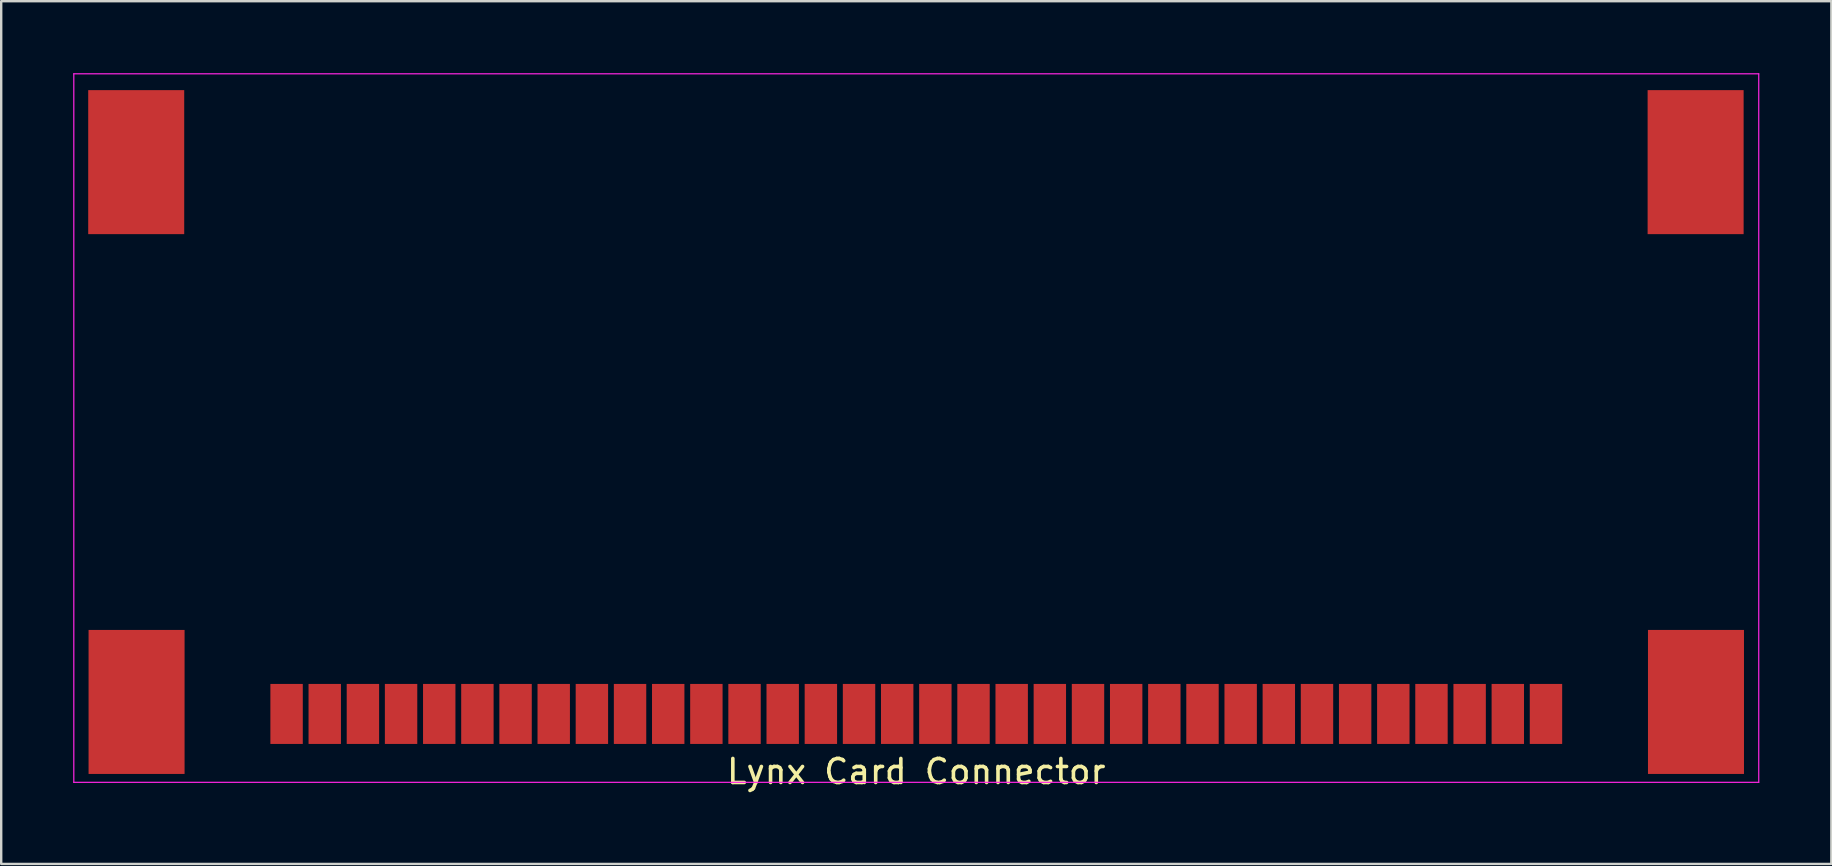
<source format=kicad_pcb>
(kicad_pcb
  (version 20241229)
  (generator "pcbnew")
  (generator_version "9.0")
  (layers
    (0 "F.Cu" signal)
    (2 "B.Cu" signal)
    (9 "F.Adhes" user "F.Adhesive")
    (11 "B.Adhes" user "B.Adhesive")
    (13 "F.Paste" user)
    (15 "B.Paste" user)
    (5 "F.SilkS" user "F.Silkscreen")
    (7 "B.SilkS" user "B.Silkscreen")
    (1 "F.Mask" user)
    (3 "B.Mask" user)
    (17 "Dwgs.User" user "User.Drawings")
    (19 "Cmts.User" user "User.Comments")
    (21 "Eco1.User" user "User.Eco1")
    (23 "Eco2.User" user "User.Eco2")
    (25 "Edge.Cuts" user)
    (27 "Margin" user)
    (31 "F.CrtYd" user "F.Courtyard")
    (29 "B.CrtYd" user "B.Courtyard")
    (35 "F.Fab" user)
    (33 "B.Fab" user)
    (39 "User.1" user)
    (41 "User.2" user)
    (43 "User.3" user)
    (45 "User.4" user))
  (footprint "Lynx Card Connector"
    (layer "F.Cu")
    (at 35.125 26.695)
    (property "Reference" "Lynx Card Connector" (at 0 2.4 0) (layer "F.SilkS") (effects (font (size 1 1) (thickness 0.15))))
    (attr smd)
    (fp_line (start -35.1 -26.67) (end -35.1 2.85) (stroke (width 0.05) (type default)) (layer "F.CrtYd"))
    (fp_line (start -35.1 -26.67) (end 35.1 -26.67) (stroke (width 0.05) (type default)) (layer "F.CrtYd"))
    (fp_line (start -35.1 2.85) (end 35.1 2.85) (stroke (width 0.05) (type default)) (layer "F.CrtYd"))
    (fp_line (start 35.1 -26.67) (end 35.1 2.85) (stroke (width 0.05) (type default)) (layer "F.CrtYd"))
    (pad "0" smd rect (at -32.5 -22.99) (size 4 6) (layers "F.Cu" "F.Mask" "F.Paste"))
    (pad "0" smd rect (at -32.485 -0.5) (size 4 6) (layers "F.Cu" "F.Mask" "F.Paste"))
    (pad "0" smd rect (at 32.47 -22.99) (size 4 6) (layers "F.Cu" "F.Mask" "F.Paste"))
    (pad "0" smd rect (at 32.485 -0.5) (size 4 6) (layers "F.Cu" "F.Mask" "F.Paste"))
    (pad "1" smd rect (at -26.235 0) (size 1.35 2.5) (layers "F.Cu" "F.Mask" "F.Paste"))
    (pad "2" smd rect (at -24.645 0) (size 1.35 2.5) (layers "F.Cu" "F.Mask" "F.Paste"))
    (pad "3" smd rect (at -23.055 0) (size 1.35 2.5) (layers "F.Cu" "F.Mask" "F.Paste"))
    (pad "4" smd rect (at -21.465 0) (size 1.35 2.5) (layers "F.Cu" "F.Mask" "F.Paste"))
    (pad "5" smd rect (at -19.875 0) (size 1.35 2.5) (layers "F.Cu" "F.Mask" "F.Paste"))
    (pad "6" smd rect (at -18.285 0) (size 1.35 2.5) (layers "F.Cu" "F.Mask" "F.Paste"))
    (pad "7" smd rect (at -16.695 0) (size 1.35 2.5) (layers "F.Cu" "F.Mask" "F.Paste"))
    (pad "8" smd rect (at -15.105 0) (size 1.35 2.5) (layers "F.Cu" "F.Mask" "F.Paste"))
    (pad "9" smd rect (at -13.515 0) (size 1.35 2.5) (layers "F.Cu" "F.Mask" "F.Paste"))
    (pad "10" smd rect (at -11.925 0) (size 1.35 2.5) (layers "F.Cu" "F.Mask" "F.Paste"))
    (pad "11" smd rect (at -10.335 0) (size 1.35 2.5) (layers "F.Cu" "F.Mask" "F.Paste"))
    (pad "12" smd rect (at -8.745 0) (size 1.35 2.5) (layers "F.Cu" "F.Mask" "F.Paste"))
    (pad "13" smd rect (at -7.155 0) (size 1.35 2.5) (layers "F.Cu" "F.Mask" "F.Paste"))
    (pad "14" smd rect (at -5.565 0) (size 1.35 2.5) (layers "F.Cu" "F.Mask" "F.Paste"))
    (pad "15" smd rect (at -3.975 0) (size 1.35 2.5) (layers "F.Cu" "F.Mask" "F.Paste"))
    (pad "16" smd rect (at -2.385 0) (size 1.35 2.5) (layers "F.Cu" "F.Mask" "F.Paste"))
    (pad "17" smd rect (at -0.795 0) (size 1.35 2.5) (layers "F.Cu" "F.Mask" "F.Paste"))
    (pad "18" smd rect (at 0.795 0) (size 1.35 2.5) (layers "F.Cu" "F.Mask" "F.Paste"))
    (pad "19" smd rect (at 2.385 0) (size 1.35 2.5) (layers "F.Cu" "F.Mask" "F.Paste"))
    (pad "20" smd rect (at 3.975 0) (size 1.35 2.5) (layers "F.Cu" "F.Mask" "F.Paste"))
    (pad "21" smd rect (at 5.565 0) (size 1.35 2.5) (layers "F.Cu" "F.Mask" "F.Paste"))
    (pad "22" smd rect (at 7.155 0) (size 1.35 2.5) (layers "F.Cu" "F.Mask" "F.Paste"))
    (pad "23" smd rect (at 8.745 0) (size 1.35 2.5) (layers "F.Cu" "F.Mask" "F.Paste"))
    (pad "24" smd rect (at 10.335 0) (size 1.35 2.5) (layers "F.Cu" "F.Mask" "F.Paste"))
    (pad "25" smd rect (at 11.925 0) (size 1.35 2.5) (layers "F.Cu" "F.Mask" "F.Paste"))
    (pad "26" smd rect (at 13.515 0) (size 1.35 2.5) (layers "F.Cu" "F.Mask" "F.Paste"))
    (pad "27" smd rect (at 15.105 0) (size 1.35 2.5) (layers "F.Cu" "F.Mask" "F.Paste"))
    (pad "28" smd rect (at 16.695 0) (size 1.35 2.5) (layers "F.Cu" "F.Mask" "F.Paste"))
    (pad "29" smd rect (at 18.285 0) (size 1.35 2.5) (layers "F.Cu" "F.Mask" "F.Paste"))
    (pad "30" smd rect (at 19.875 0) (size 1.35 2.5) (layers "F.Cu" "F.Mask" "F.Paste"))
    (pad "31" smd rect (at 21.465 0) (size 1.35 2.5) (layers "F.Cu" "F.Mask" "F.Paste"))
    (pad "32" smd rect (at 23.055 0) (size 1.35 2.5) (layers "F.Cu" "F.Mask" "F.Paste"))
    (pad "33" smd rect (at 24.645 0) (size 1.35 2.5) (layers "F.Cu" "F.Mask" "F.Paste"))
    (pad "34" smd rect (at 26.235 0) (size 1.35 2.5) (layers "F.Cu" "F.Mask" "F.Paste")))
  (gr_rect
    (start -3 -3)
    (end 73.25 32.943)
    (stroke (width 0.1) (type default))
    (fill no)
    (layer "Edge.Cuts")))
</source>
